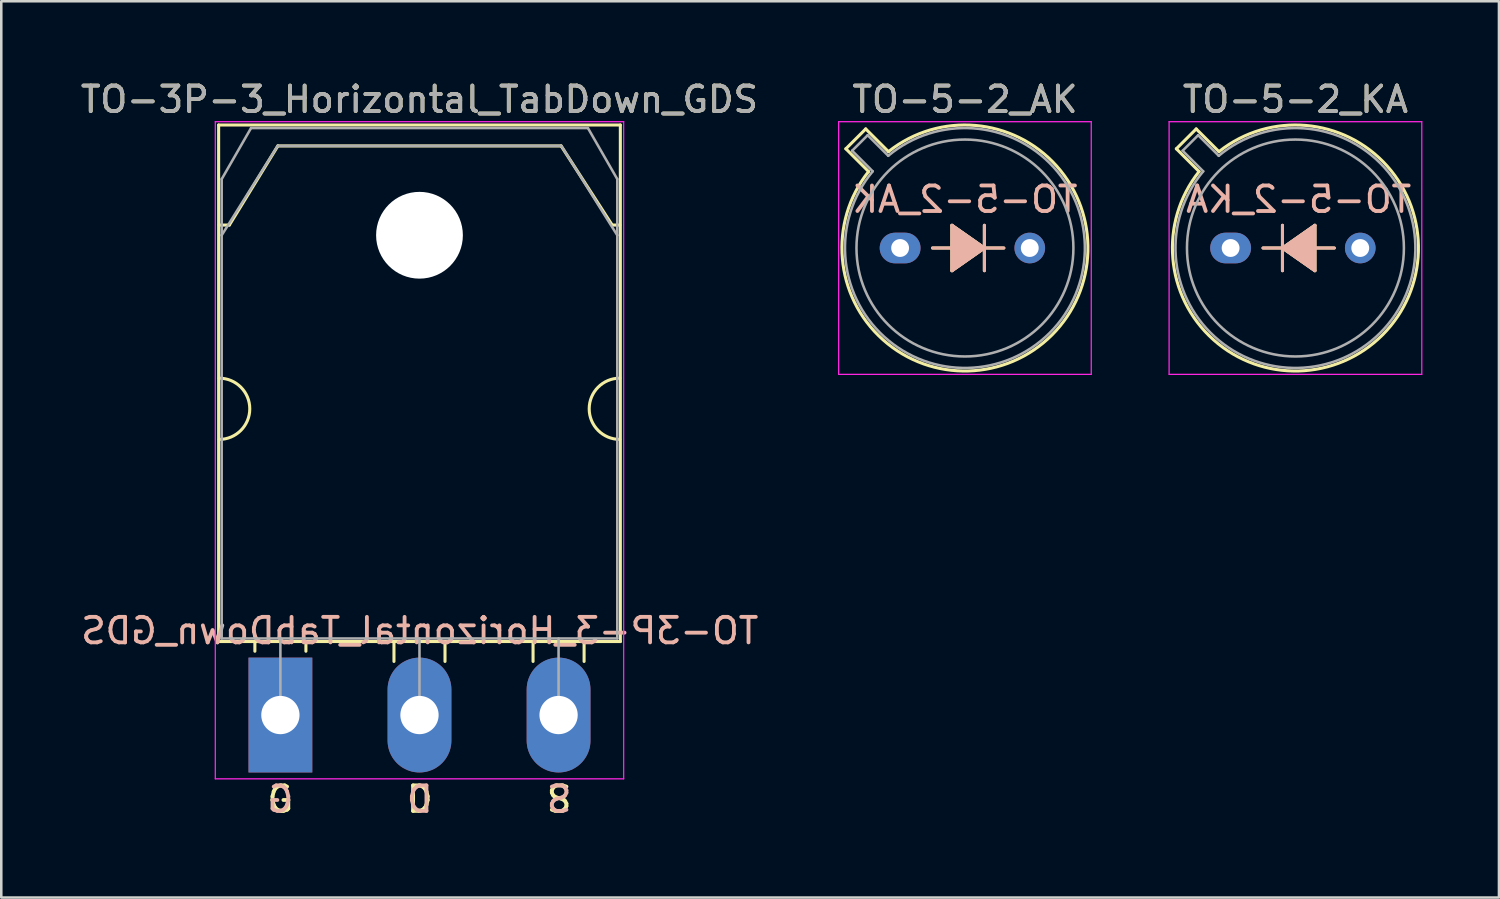
<source format=kicad_pcb>
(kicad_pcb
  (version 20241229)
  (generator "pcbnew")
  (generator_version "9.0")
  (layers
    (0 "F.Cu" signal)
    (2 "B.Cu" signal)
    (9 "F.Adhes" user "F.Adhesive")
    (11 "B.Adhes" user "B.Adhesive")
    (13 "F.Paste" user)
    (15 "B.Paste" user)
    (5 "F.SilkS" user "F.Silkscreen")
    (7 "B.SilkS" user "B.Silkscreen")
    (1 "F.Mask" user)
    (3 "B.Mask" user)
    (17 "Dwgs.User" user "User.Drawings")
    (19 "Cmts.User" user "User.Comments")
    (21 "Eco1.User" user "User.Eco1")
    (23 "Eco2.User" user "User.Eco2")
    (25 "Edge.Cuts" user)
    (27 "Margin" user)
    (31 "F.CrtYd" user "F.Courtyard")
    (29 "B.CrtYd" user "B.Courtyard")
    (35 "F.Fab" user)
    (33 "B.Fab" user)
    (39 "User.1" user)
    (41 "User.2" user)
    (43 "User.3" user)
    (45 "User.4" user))
  (footprint "TO-5-2_AK"
    (layer "F.Cu")
    (at 32.22 6.668)
    (property "Reference" "TO-5-2_AK" (at 2.54 -5.82 0) (layer "F.SilkS") (effects (font (size 1 1) (thickness 0.15))))
    (fp_line (start -2.126 -3.888) (end -1.235 -2.997) (stroke (width 0.12) (type solid)) (layer "F.SilkS"))
    (fp_line (start -1.348 -4.666) (end -2.126 -3.888) (stroke (width 0.12) (type solid)) (layer "F.SilkS"))
    (fp_line (start -0.457 -3.775) (end -1.348 -4.666) (stroke (width 0.12) (type solid)) (layer "F.SilkS"))
    (fp_line (start 1.27 0) (end 2.032 0) (stroke (width 0.12) (type solid)) (layer "F.SilkS"))
    (fp_line (start 2.032 -0.889) (end 3.302 0) (stroke (width 0.12) (type solid)) (layer "F.SilkS"))
    (fp_line (start 2.032 0.889) (end 2.032 -0.889) (stroke (width 0.12) (type solid)) (layer "F.SilkS"))
    (fp_line (start 3.302 -0.889) (end 3.302 0.889) (stroke (width 0.12) (type solid)) (layer "F.SilkS"))
    (fp_line (start 3.302 0) (end 2.032 0.889) (stroke (width 0.12) (type solid)) (layer "F.SilkS"))
    (fp_line (start 3.302 0) (end 4.064 0) (stroke (width 0.12) (type solid)) (layer "F.SilkS"))
    (fp_arc (start -0.457084 -3.774902) (mid 5.948125 3.408384) (end -1.234674 -2.997371) (stroke (width 0.12) (type solid)) (layer "F.SilkS"))
    (fp_poly (pts (xy 3.302 0) (xy 2.032 0.889) (xy 2.032 -0.889)) (stroke (width 0.1) (type solid)) (fill yes) (layer "F.SilkS"))
    (fp_line (start 1.27 0) (end 2.032 0) (stroke (width 0.12) (type solid)) (layer "B.SilkS"))
    (fp_line (start 2.032 -0.889) (end 2.032 0.889) (stroke (width 0.12) (type solid)) (layer "B.SilkS"))
    (fp_line (start 2.032 0.889) (end 3.302 0) (stroke (width 0.12) (type solid)) (layer "B.SilkS"))
    (fp_line (start 3.302 0) (end 2.032 -0.889) (stroke (width 0.12) (type solid)) (layer "B.SilkS"))
    (fp_line (start 3.302 0) (end 4.064 0) (stroke (width 0.12) (type solid)) (layer "B.SilkS"))
    (fp_line (start 3.302 0.889) (end 3.302 -0.889) (stroke (width 0.12) (type solid)) (layer "B.SilkS"))
    (fp_poly (pts (xy 3.302 0) (xy 2.032 -0.889) (xy 2.032 0.889)) (stroke (width 0.1) (type solid)) (fill yes) (layer "B.SilkS"))
    (fp_line (start -2.41 -4.95) (end -2.41 4.95) (stroke (width 0.05) (type solid)) (layer "F.CrtYd"))
    (fp_line (start -2.41 4.95) (end 7.49 4.95) (stroke (width 0.05) (type solid)) (layer "F.CrtYd"))
    (fp_line (start 7.49 -4.95) (end -2.41 -4.95) (stroke (width 0.05) (type solid)) (layer "F.CrtYd"))
    (fp_line (start 7.49 4.95) (end 7.49 -4.95) (stroke (width 0.05) (type solid)) (layer "F.CrtYd"))
    (fp_line (start -1.88 -3.812) (end -1.074 -3.005) (stroke (width 0.1) (type solid)) (layer "F.Fab"))
    (fp_line (start -1.272 -4.42) (end -1.88 -3.812) (stroke (width 0.1) (type solid)) (layer "F.Fab"))
    (fp_line (start -0.465 -3.614) (end -1.272 -4.42) (stroke (width 0.1) (type solid)) (layer "F.Fab"))
    (fp_arc (start -0.465408 -3.61352) (mid 5.863443 3.323361) (end -1.073594 -3.005319) (stroke (width 0.1) (type solid)) (layer "F.Fab"))
    (fp_circle (center 2.54 0) (end 6.79 0) (stroke (width 0.1) (type solid)) (fill no) (layer "F.Fab"))
    (fp_text user "${REFERENCE}" (at 2.54 -1.905 0) (layer "B.SilkS") (effects (font (size 1 1) (thickness 0.15)) (justify mirror)))
    (fp_text user "${REFERENCE}" (at 2.54 -5.82 0) (layer "F.Fab") (effects (font (size 1 1) (thickness 0.15))))
    (pad "1" thru_hole oval (at 0 0) (size 1.6 1.2) (drill 0.7) (layers "*.Cu" "*.Mask"))
    (pad "2" thru_hole oval (at 5.08 0) (size 1.2 1.2) (drill 0.7) (layers "*.Cu" "*.Mask")))
  (footprint "TO-3P-3_Horizontal_TabDown_GDS"
    (layer "F.Cu")
    (at 7.937 24.968)
    (property "Reference" "TO-3P-3_Horizontal_TabDown_GDS" (at 5.45 -24.12 0) (layer "F.SilkS") (effects (font (size 1 1) (thickness 0.15))))
    (fp_line (start -2.42 -23.12) (end -2.42 -2.88) (stroke (width 0.12) (type solid)) (layer "F.SilkS"))
    (fp_line (start -2.42 -23.12) (end 13.32 -23.12) (stroke (width 0.12) (type solid)) (layer "F.SilkS"))
    (fp_line (start -2.42 -2.88) (end 13.32 -2.88) (stroke (width 0.12) (type solid)) (layer "F.SilkS"))
    (fp_line (start -2 -19.2) (end -2.4 -19.2) (stroke (width 0.12) (type solid)) (layer "F.SilkS"))
    (fp_line (start -2 -19.2) (end -0.1 -22.3) (stroke (width 0.12) (type solid)) (layer "F.SilkS"))
    (fp_line (start -1 -2.85) (end -1 -2.5) (stroke (width 0.12) (type solid)) (layer "F.SilkS"))
    (fp_line (start -0.1 -22.3) (end 11 -22.3) (stroke (width 0.12) (type solid)) (layer "F.SilkS"))
    (fp_line (start 1 -2.85) (end 1 -2.5) (stroke (width 0.12) (type solid)) (layer "F.SilkS"))
    (fp_line (start 4.45 -2.85) (end 4.45 -2.1) (stroke (width 0.12) (type solid)) (layer "F.SilkS"))
    (fp_line (start 6.45 -2.85) (end 6.45 -2.1) (stroke (width 0.12) (type solid)) (layer "F.SilkS"))
    (fp_line (start 9.9 -2.85) (end 9.9 -2.1) (stroke (width 0.12) (type solid)) (layer "F.SilkS"))
    (fp_line (start 11 -22.3) (end 13 -19.2) (stroke (width 0.12) (type solid)) (layer "F.SilkS"))
    (fp_line (start 11.9 -2.85) (end 11.9 -2.1) (stroke (width 0.12) (type solid)) (layer "F.SilkS"))
    (fp_line (start 13 -19.2) (end 13.3 -19.2) (stroke (width 0.12) (type solid)) (layer "F.SilkS"))
    (fp_line (start 13.32 -23.12) (end 13.32 -2.88) (stroke (width 0.12) (type solid)) (layer "F.SilkS"))
    (fp_arc (start -2.4 -13.2) (mid -1.2 -12) (end -2.4 -10.8) (stroke (width 0.12) (type solid)) (layer "F.SilkS"))
    (fp_arc (start 13.3 -10.8) (mid 12.1 -12) (end 13.3 -13.2) (stroke (width 0.12) (type solid)) (layer "F.SilkS"))
    (fp_line (start -2.55 -23.25) (end -2.55 2.5) (stroke (width 0.05) (type solid)) (layer "F.CrtYd"))
    (fp_line (start -2.55 2.5) (end 13.45 2.5) (stroke (width 0.05) (type solid)) (layer "F.CrtYd"))
    (fp_line (start 13.45 -23.25) (end -2.55 -23.25) (stroke (width 0.05) (type solid)) (layer "F.CrtYd"))
    (fp_line (start 13.45 2.5) (end 13.45 -23.25) (stroke (width 0.05) (type solid)) (layer "F.CrtYd"))
    (fp_line (start -2.3 -21) (end -1.15 -23) (stroke (width 0.1) (type solid)) (layer "F.Fab"))
    (fp_line (start -2.3 -18.8) (end -2.3 -21) (stroke (width 0.1) (type solid)) (layer "F.Fab"))
    (fp_line (start -2.3 -18.8) (end -0.11 -22.3) (stroke (width 0.1) (type solid)) (layer "F.Fab"))
    (fp_line (start -2.3 -3) (end -2.3 -18.8) (stroke (width 0.1) (type solid)) (layer "F.Fab"))
    (fp_line (start -1.15 -23) (end 12.05 -23) (stroke (width 0.1) (type solid)) (layer "F.Fab"))
    (fp_line (start -0.11 -22.3) (end 11.01 -22.3) (stroke (width 0.1) (type solid)) (layer "F.Fab"))
    (fp_line (start 0 -3) (end 0 0) (stroke (width 0.1) (type solid)) (layer "F.Fab"))
    (fp_line (start 5.45 -3) (end 5.45 0) (stroke (width 0.1) (type solid)) (layer "F.Fab"))
    (fp_line (start 10.9 -3) (end 10.9 0) (stroke (width 0.1) (type solid)) (layer "F.Fab"))
    (fp_line (start 11.01 -22.3) (end 13.2 -18.8) (stroke (width 0.1) (type solid)) (layer "F.Fab"))
    (fp_line (start 12.05 -23) (end 13.2 -21) (stroke (width 0.1) (type solid)) (layer "F.Fab"))
    (fp_line (start 13.2 -21) (end 13.2 -18.8) (stroke (width 0.1) (type solid)) (layer "F.Fab"))
    (fp_line (start 13.2 -18.8) (end 13.2 -3) (stroke (width 0.1) (type solid)) (layer "F.Fab"))
    (fp_line (start 13.2 -3) (end -2.3 -3) (stroke (width 0.1) (type solid)) (layer "F.Fab"))
    (fp_circle (center 5.45 -18.8) (end 7.05 -18.8) (stroke (width 0.1) (type solid)) (fill no) (layer "F.Fab"))
    (fp_text user "S" (at 10.922 3.302 0) (layer "F.SilkS") (effects (font (size 1 1) (thickness 0.15))))
    (fp_text user "G" (at 0 3.302 0) (layer "F.SilkS") (effects (font (size 1 1) (thickness 0.15))))
    (fp_text user "D" (at 5.461 3.302 0) (layer "F.SilkS") (effects (font (size 1 1) (thickness 0.15))))
    (fp_text user "D" (at 5.461 3.302 0) (layer "B.SilkS") (effects (font (size 1 1) (thickness 0.15)) (justify mirror)))
    (fp_text user "S" (at 10.922 3.302 0) (layer "B.SilkS") (effects (font (size 1 1) (thickness 0.15)) (justify mirror)))
    (fp_text user "${REFERENCE}" (at 5.461 -3.302 0) (layer "B.SilkS") (effects (font (size 1 1) (thickness 0.15)) (justify mirror)))
    (fp_text user "G" (at 0 3.302 0) (layer "B.SilkS") (effects (font (size 1 1) (thickness 0.15)) (justify mirror)))
    (fp_text user "${REFERENCE}" (at 5.45 -24.12 0) (layer "F.Fab") (effects (font (size 1 1) (thickness 0.15))))
    (pad "" np_thru_hole oval (at 5.45 -18.8) (size 3.4 3.4) (drill 3.4) (layers "*.Cu" "*.Mask"))
    (pad "1" thru_hole rect (at 0 0) (size 2.5 4.5) (drill 1.5) (layers "*.Cu" "*.Mask"))
    (pad "2" thru_hole oval (at 5.45 0) (size 2.5 4.5) (drill 1.5) (layers "*.Cu" "*.Mask"))
    (pad "3" thru_hole oval (at 10.9 0) (size 2.5 4.5) (drill 1.5) (layers "*.Cu" "*.Mask")))
  (footprint "TO-5-2_KA"
    (layer "F.Cu")
    (at 45.17 6.668)
    (property "Reference" "TO-5-2_KA" (at 2.54 -5.82 0) (layer "F.SilkS") (effects (font (size 1 1) (thickness 0.15))))
    (fp_line (start -2.126 -3.888) (end -1.235 -2.997) (stroke (width 0.12) (type solid)) (layer "F.SilkS"))
    (fp_line (start -1.348 -4.666) (end -2.126 -3.888) (stroke (width 0.12) (type solid)) (layer "F.SilkS"))
    (fp_line (start -0.457 -3.775) (end -1.348 -4.666) (stroke (width 0.12) (type solid)) (layer "F.SilkS"))
    (fp_line (start 2.032 0) (end 1.27 0) (stroke (width 0.12) (type solid)) (layer "F.SilkS"))
    (fp_line (start 2.032 0) (end 3.302 -0.889) (stroke (width 0.12) (type solid)) (layer "F.SilkS"))
    (fp_line (start 2.032 0.889) (end 2.032 -0.889) (stroke (width 0.12) (type solid)) (layer "F.SilkS"))
    (fp_line (start 3.302 -0.889) (end 3.302 0.889) (stroke (width 0.12) (type solid)) (layer "F.SilkS"))
    (fp_line (start 3.302 0.889) (end 2.032 0) (stroke (width 0.12) (type solid)) (layer "F.SilkS"))
    (fp_line (start 4.064 0) (end 3.302 0) (stroke (width 0.12) (type solid)) (layer "F.SilkS"))
    (fp_arc (start -0.457084 -3.774902) (mid 5.948125 3.408384) (end -1.234674 -2.997371) (stroke (width 0.12) (type solid)) (layer "F.SilkS"))
    (fp_poly (pts (xy 3.302 0.889) (xy 2.032 0) (xy 3.302 -0.889)) (stroke (width 0.1) (type solid)) (fill yes) (layer "F.SilkS"))
    (fp_line (start 2.032 -0.889) (end 2.032 0.889) (stroke (width 0.12) (type solid)) (layer "B.SilkS"))
    (fp_line (start 2.032 0) (end 1.27 0) (stroke (width 0.12) (type solid)) (layer "B.SilkS"))
    (fp_line (start 2.032 0) (end 3.302 0.889) (stroke (width 0.12) (type solid)) (layer "B.SilkS"))
    (fp_line (start 3.302 -0.889) (end 2.032 0) (stroke (width 0.12) (type solid)) (layer "B.SilkS"))
    (fp_line (start 3.302 0.889) (end 3.302 -0.889) (stroke (width 0.12) (type solid)) (layer "B.SilkS"))
    (fp_line (start 4.064 0) (end 3.302 0) (stroke (width 0.12) (type solid)) (layer "B.SilkS"))
    (fp_poly (pts (xy 3.302 -0.889) (xy 2.032 0) (xy 3.302 0.889)) (stroke (width 0.1) (type solid)) (fill yes) (layer "B.SilkS"))
    (fp_line (start -2.41 -4.95) (end -2.41 4.95) (stroke (width 0.05) (type solid)) (layer "F.CrtYd"))
    (fp_line (start -2.41 4.95) (end 7.49 4.95) (stroke (width 0.05) (type solid)) (layer "F.CrtYd"))
    (fp_line (start 7.49 -4.95) (end -2.41 -4.95) (stroke (width 0.05) (type solid)) (layer "F.CrtYd"))
    (fp_line (start 7.49 4.95) (end 7.49 -4.95) (stroke (width 0.05) (type solid)) (layer "F.CrtYd"))
    (fp_line (start -1.88 -3.812) (end -1.074 -3.005) (stroke (width 0.1) (type solid)) (layer "F.Fab"))
    (fp_line (start -1.272 -4.42) (end -1.88 -3.812) (stroke (width 0.1) (type solid)) (layer "F.Fab"))
    (fp_line (start -0.465 -3.614) (end -1.272 -4.42) (stroke (width 0.1) (type solid)) (layer "F.Fab"))
    (fp_arc (start -0.465408 -3.61352) (mid 5.863443 3.323361) (end -1.073594 -3.005319) (stroke (width 0.1) (type solid)) (layer "F.Fab"))
    (fp_circle (center 2.54 0) (end 6.79 0) (stroke (width 0.1) (type solid)) (fill no) (layer "F.Fab"))
    (fp_text user "${REFERENCE}" (at 2.667 -1.905 0) (layer "B.SilkS") (effects (font (size 1 1) (thickness 0.15)) (justify mirror)))
    (fp_text user "${REFERENCE}" (at 2.54 -5.82 0) (layer "F.Fab") (effects (font (size 1 1) (thickness 0.15))))
    (pad "1" thru_hole oval (at 0 0) (size 1.6 1.2) (drill 0.7) (layers "*.Cu" "*.Mask"))
    (pad "2" thru_hole oval (at 5.08 0) (size 1.2 1.2) (drill 0.7) (layers "*.Cu" "*.Mask")))
  (gr_rect
    (start -3 -3)
    (end 55.685 32.118)
    (stroke (width 0.1) (type default))
    (fill no)
    (layer "Edge.Cuts")))
</source>
